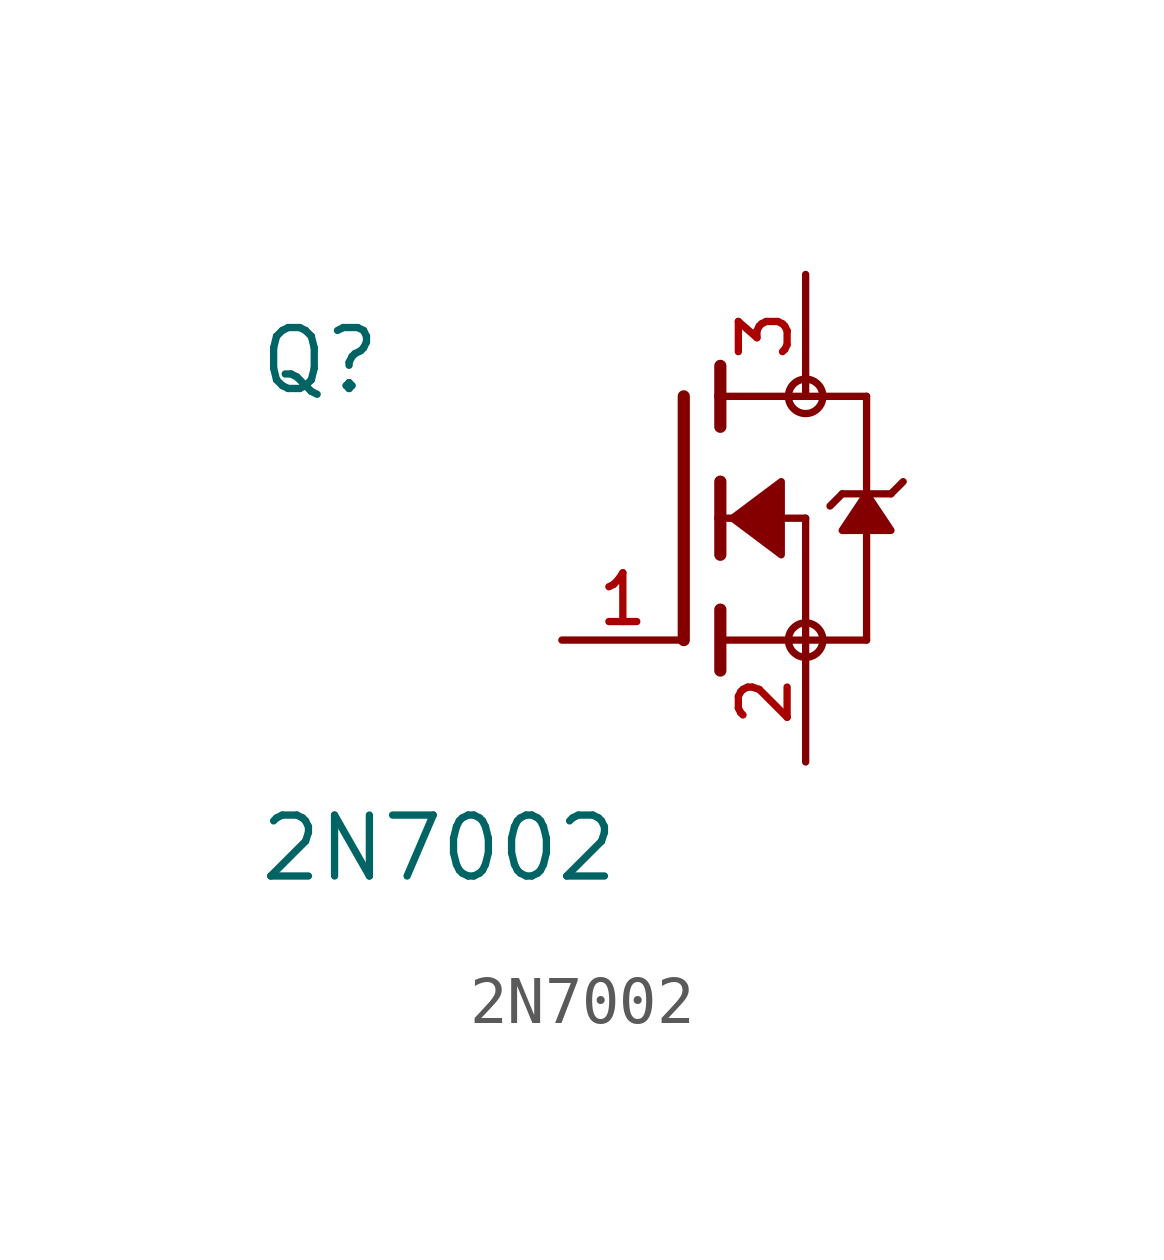
<source format=kicad_sym>
(kicad_symbol_lib
  (version 20211014)
  (generator kicad_symbol_editor)
  (symbol "2N7002"
    (pin_names
      (offset 1.016))
    (property "Reference" "Q"
      (at -8.89 2.54 0)
      (effects (font (size 1.27 1.27)) (justify bottom left)))
    (property "Value" "2N7002"
      (at -8.89 -7.62 0)
      (effects (font (size 1.27 1.27)) (justify bottom left)))
    (symbol "2N7002_0_0"
      (polyline (pts (xy 0.762 0.762) (xy 0.762 0.0)) (stroke (width 0.254)))
      (polyline (pts (xy 0.762 0.0) (xy 0.762 -0.762)) (stroke (width 0.254)))
      (polyline (pts (xy 0.762 3.175) (xy 0.762 2.54)) (stroke (width 0.254)))
      (polyline (pts (xy 0.762 2.54) (xy 0.762 1.905)) (stroke (width 0.254)))
      (polyline (pts (xy 0.762 0.0) (xy 2.54 0.0)) (stroke (width 0.152)))
      (polyline (pts (xy 2.54 0.0) (xy 2.54 -2.54)) (stroke (width 0.152)))
      (polyline (pts (xy 0.762 -1.905) (xy 0.762 -3.175)) (stroke (width 0.254)))
      (polyline (pts (xy 0.0 2.54) (xy 0.0 -2.54)) (stroke (width 0.254)))
      (polyline (pts (xy 3.81 -2.54) (xy 0.762 -2.54)) (stroke (width 0.152)))
      (polyline (pts (xy 3.81 2.54) (xy 3.81 0.508)) (stroke (width 0.152)))
      (polyline (pts (xy 3.81 0.508) (xy 3.81 -2.54)) (stroke (width 0.152)))
      (polyline (pts (xy 0.762 2.54) (xy 3.81 2.54)) (stroke (width 0.152)))
      (polyline (pts (xy 4.572 0.762) (xy 4.318 0.508)) (stroke (width 0.152)))
      (polyline (pts (xy 4.318 0.508) (xy 3.81 0.508)) (stroke (width 0.152)))
      (polyline (pts (xy 3.81 0.508) (xy 3.302 0.508)) (stroke (width 0.152)))
      (polyline (pts (xy 3.302 0.508) (xy 3.048 0.254)) (stroke (width 0.152)))
      (circle (center 2.54 -2.54) (radius 0.359) (stroke (width 0.0)) (fill (type none)))
      (circle (center 2.54 2.54) (radius 0.359) (stroke (width 0.0)) (fill (type none)))
      (polyline (pts (xy 3.81 0.508) (xy 3.302 -0.254) (xy 4.318 -0.254) (xy 3.81 0.508)) (stroke (width 0.152)) (fill (type outline)))
      (polyline (pts (xy 1.016 0.0) (xy 2.032 0.762) (xy 2.032 -0.762) (xy 1.016 0.0)) (stroke (width 0.152)) (fill (type outline)))
      (pin passive line (at 2.54 -5.08 90.0) (length 2.54) (name "~" (effects (font (size 1.016 1.016)))) (number "2" (effects (font (size 1.016 1.016)))))
      (pin passive line (at -2.54 -2.54 0) (length 2.54) (name "~" (effects (font (size 1.016 1.016)))) (number "1" (effects (font (size 1.016 1.016)))))
      (pin passive line (at 2.54 5.08 270.0) (length 2.54) (name "~" (effects (font (size 1.016 1.016)))) (number "3" (effects (font (size 1.016 1.016))))))))
</source>
